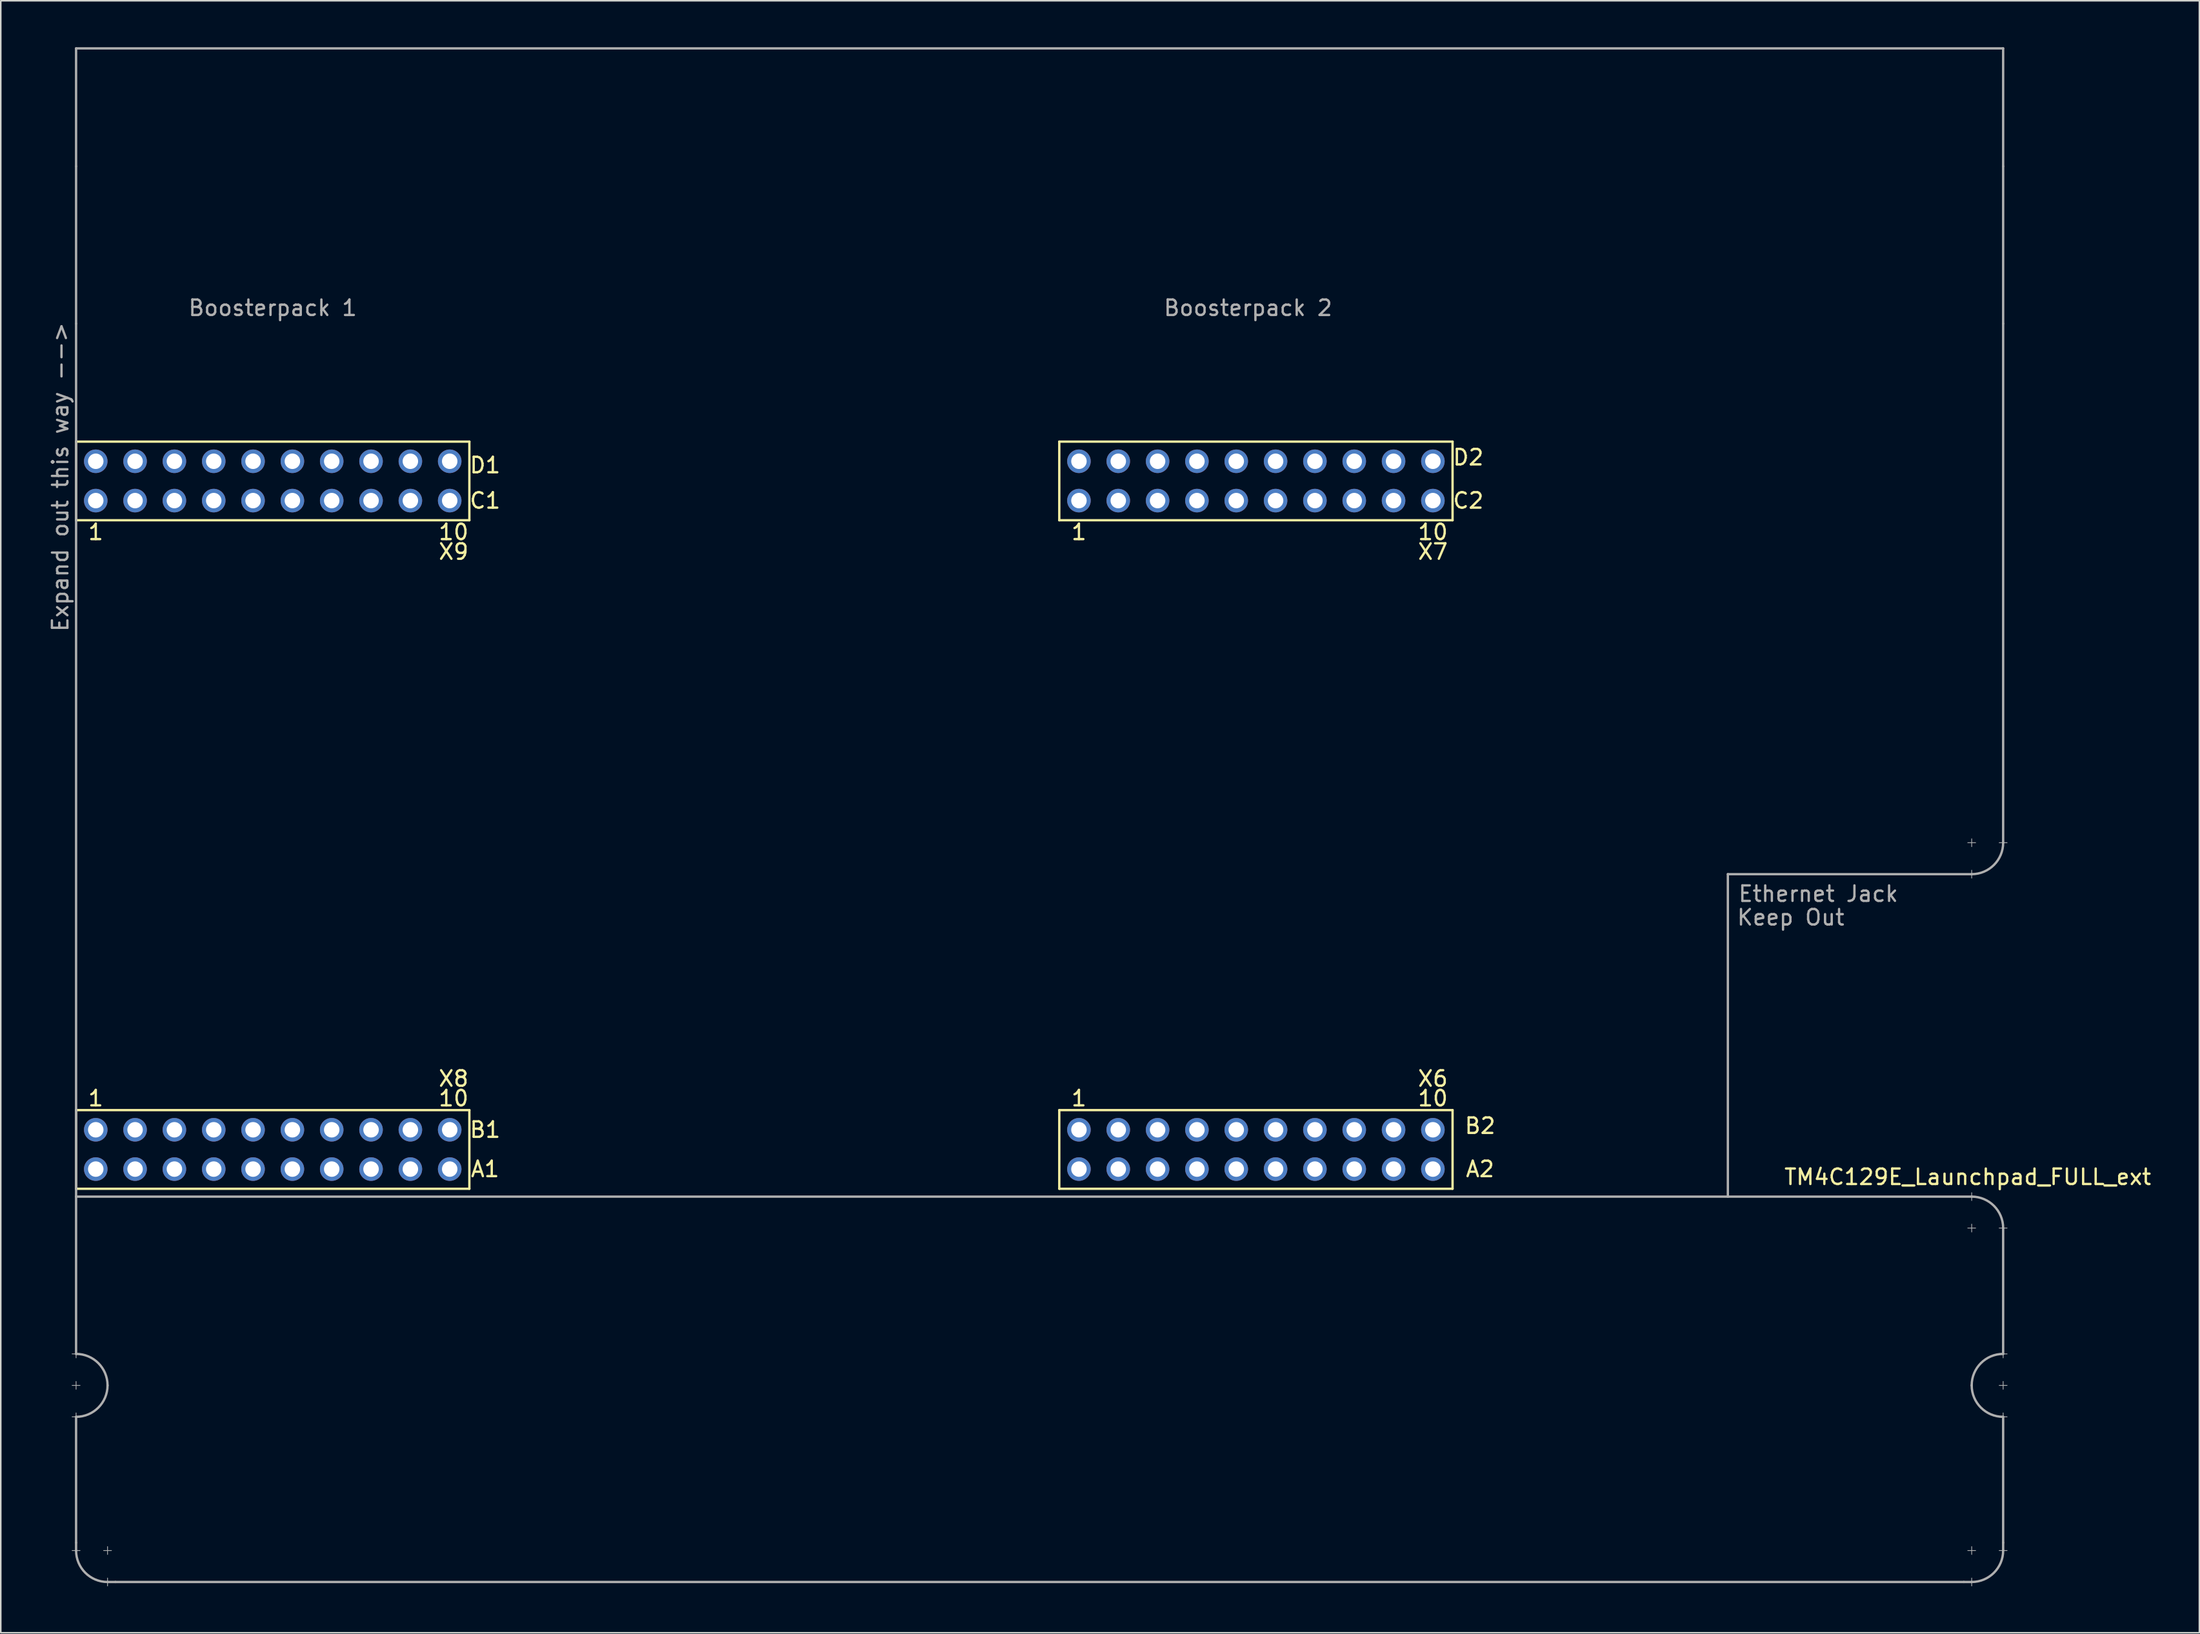
<source format=kicad_pcb>
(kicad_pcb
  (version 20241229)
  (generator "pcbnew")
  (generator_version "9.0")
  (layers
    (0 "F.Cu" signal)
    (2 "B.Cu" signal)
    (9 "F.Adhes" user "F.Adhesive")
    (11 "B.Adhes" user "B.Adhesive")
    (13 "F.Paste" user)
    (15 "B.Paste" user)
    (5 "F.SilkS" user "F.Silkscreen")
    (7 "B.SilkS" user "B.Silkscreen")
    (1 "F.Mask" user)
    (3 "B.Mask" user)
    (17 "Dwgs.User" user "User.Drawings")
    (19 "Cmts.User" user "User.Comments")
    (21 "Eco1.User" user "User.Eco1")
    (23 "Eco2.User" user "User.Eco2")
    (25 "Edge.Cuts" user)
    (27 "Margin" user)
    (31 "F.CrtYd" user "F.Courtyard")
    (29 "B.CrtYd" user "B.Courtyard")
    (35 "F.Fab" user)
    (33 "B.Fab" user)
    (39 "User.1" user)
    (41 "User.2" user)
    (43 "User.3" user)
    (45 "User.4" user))
  (footprint "TM4C129E_Launchpad_FULL_ext"
    (layer "F.Cu")
    (at 1.864 73.735)
    (property "Reference" "TM4C129E_Launchpad_FULL_ext" (at 122.174 -0.762 180) (layer "F.SilkS") (effects (font (size 1 1) (thickness 0.15))))
    (attr through_hole)
    (fp_line (start 0 -48.26) (end 0 -43.18) (stroke (width 0.15) (type solid)) (layer "F.SilkS"))
    (fp_line (start 0 -43.18) (end 25.4 -43.18) (stroke (width 0.15) (type solid)) (layer "F.SilkS"))
    (fp_line (start 0 -5.08) (end 0 0) (stroke (width 0.15) (type solid)) (layer "F.SilkS"))
    (fp_line (start 0 0) (end 25.4 0) (stroke (width 0.15) (type solid)) (layer "F.SilkS"))
    (fp_line (start 25.4 -48.26) (end 0 -48.26) (stroke (width 0.15) (type solid)) (layer "F.SilkS"))
    (fp_line (start 25.4 -43.18) (end 25.4 -48.26) (stroke (width 0.15) (type solid)) (layer "F.SilkS"))
    (fp_line (start 25.4 -5.08) (end 0 -5.08) (stroke (width 0.15) (type solid)) (layer "F.SilkS"))
    (fp_line (start 25.4 0) (end 25.4 -5.08) (stroke (width 0.15) (type solid)) (layer "F.SilkS"))
    (fp_line (start 63.5 -48.26) (end 63.5 -43.18) (stroke (width 0.15) (type solid)) (layer "F.SilkS"))
    (fp_line (start 63.5 -43.18) (end 88.9 -43.18) (stroke (width 0.15) (type solid)) (layer "F.SilkS"))
    (fp_line (start 63.5 -5.08) (end 63.5 0) (stroke (width 0.15) (type solid)) (layer "F.SilkS"))
    (fp_line (start 63.5 0) (end 88.9 0) (stroke (width 0.15) (type solid)) (layer "F.SilkS"))
    (fp_line (start 88.9 -48.26) (end 63.5 -48.26) (stroke (width 0.15) (type solid)) (layer "F.SilkS"))
    (fp_line (start 88.9 -43.18) (end 88.9 -48.26) (stroke (width 0.15) (type solid)) (layer "F.SilkS"))
    (fp_line (start 88.9 -5.08) (end 63.5 -5.08) (stroke (width 0.15) (type solid)) (layer "F.SilkS"))
    (fp_line (start 88.9 0) (end 88.9 -5.08) (stroke (width 0.15) (type solid)) (layer "F.SilkS"))
    (fp_line (start -0.254 10.668) (end 0.254 10.668) (stroke (width 0.05) (type solid)) (layer "F.Fab"))
    (fp_line (start -0.254 12.7) (end 0.254 12.7) (stroke (width 0.05) (type solid)) (layer "F.Fab"))
    (fp_line (start -0.254 14.732) (end 0.254 14.732) (stroke (width 0.05) (type solid)) (layer "F.Fab"))
    (fp_line (start 0 -73.66) (end 124.46 -73.66) (stroke (width 0.15) (type solid)) (layer "F.Fab"))
    (fp_line (start 0 -66.04) (end 0 -73.66) (stroke (width 0.15) (type solid)) (layer "F.Fab"))
    (fp_line (start 0 -55.88) (end 0 -66.04) (stroke (width 0.15) (type solid)) (layer "F.Fab"))
    (fp_line (start 0 -55.88) (end 0 0.508) (stroke (width 0.15) (type solid)) (layer "F.Fab"))
    (fp_line (start 0 0.508) (end 122.428 0.508) (stroke (width 0.15) (type solid)) (layer "F.Fab"))
    (fp_line (start 0 10.414) (end 0 10.922) (stroke (width 0.05) (type solid)) (layer "F.Fab"))
    (fp_line (start 0 10.668) (end 0 0.508) (stroke (width 0.15) (type solid)) (layer "F.Fab"))
    (fp_line (start 0 12.446) (end 0 12.954) (stroke (width 0.05) (type solid)) (layer "F.Fab"))
    (fp_line (start 0 14.478) (end 0 14.986) (stroke (width 0.05) (type solid)) (layer "F.Fab"))
    (fp_line (start 0 22.86) (end 0 14.732) (stroke (width 0.15) (type solid)) (layer "F.Fab"))
    (fp_line (start 0 22.86) (end 0 23.368) (stroke (width 0.15) (type solid)) (layer "F.Fab"))
    (fp_line (start 0.254 23.368) (end -0.254 23.368) (stroke (width 0.05) (type solid)) (layer "F.Fab"))
    (fp_line (start 1.778 23.368) (end 2.286 23.368) (stroke (width 0.05) (type solid)) (layer "F.Fab"))
    (fp_line (start 2.032 23.114) (end 2.032 23.622) (stroke (width 0.05) (type solid)) (layer "F.Fab"))
    (fp_line (start 2.032 25.146) (end 2.032 25.654) (stroke (width 0.05) (type solid)) (layer "F.Fab"))
    (fp_line (start 2.032 25.4) (end 2.54 25.4) (stroke (width 0.15) (type solid)) (layer "F.Fab"))
    (fp_line (start 2.54 25.4) (end 121.92 25.4) (stroke (width 0.15) (type solid)) (layer "F.Fab"))
    (fp_line (start 106.68 -20.32) (end 106.68 0.508) (stroke (width 0.15) (type solid)) (layer "F.Fab"))
    (fp_line (start 121.92 25.4) (end 122.428 25.4) (stroke (width 0.15) (type solid)) (layer "F.Fab"))
    (fp_line (start 122.174 -22.352) (end 122.682 -22.352) (stroke (width 0.05) (type solid)) (layer "F.Fab"))
    (fp_line (start 122.174 2.54) (end 122.682 2.54) (stroke (width 0.05) (type solid)) (layer "F.Fab"))
    (fp_line (start 122.174 23.368) (end 122.682 23.368) (stroke (width 0.05) (type solid)) (layer "F.Fab"))
    (fp_line (start 122.428 -22.606) (end 122.428 -22.098) (stroke (width 0.05) (type solid)) (layer "F.Fab"))
    (fp_line (start 122.428 -20.574) (end 122.428 -20.066) (stroke (width 0.05) (type solid)) (layer "F.Fab"))
    (fp_line (start 122.428 -20.32) (end 106.68 -20.32) (stroke (width 0.15) (type solid)) (layer "F.Fab"))
    (fp_line (start 122.428 0.254) (end 122.428 0.762) (stroke (width 0.05) (type solid)) (layer "F.Fab"))
    (fp_line (start 122.428 2.286) (end 122.428 2.794) (stroke (width 0.05) (type solid)) (layer "F.Fab"))
    (fp_line (start 122.428 23.114) (end 122.428 23.622) (stroke (width 0.05) (type solid)) (layer "F.Fab"))
    (fp_line (start 122.428 25.146) (end 122.428 25.654) (stroke (width 0.05) (type solid)) (layer "F.Fab"))
    (fp_line (start 124.206 -22.352) (end 124.714 -22.352) (stroke (width 0.05) (type solid)) (layer "F.Fab"))
    (fp_line (start 124.206 2.54) (end 124.714 2.54) (stroke (width 0.05) (type solid)) (layer "F.Fab"))
    (fp_line (start 124.206 10.668) (end 124.714 10.668) (stroke (width 0.05) (type solid)) (layer "F.Fab"))
    (fp_line (start 124.206 12.7) (end 124.714 12.7) (stroke (width 0.05) (type solid)) (layer "F.Fab"))
    (fp_line (start 124.206 14.732) (end 124.714 14.732) (stroke (width 0.05) (type solid)) (layer "F.Fab"))
    (fp_line (start 124.206 23.368) (end 124.714 23.368) (stroke (width 0.05) (type solid)) (layer "F.Fab"))
    (fp_line (start 124.46 -73.66) (end 124.46 -66.04) (stroke (width 0.15) (type solid)) (layer "F.Fab"))
    (fp_line (start 124.46 -66.04) (end 124.46 -55.88) (stroke (width 0.15) (type solid)) (layer "F.Fab"))
    (fp_line (start 124.46 -55.88) (end 124.46 -22.352) (stroke (width 0.15) (type solid)) (layer "F.Fab"))
    (fp_line (start 124.46 10.414) (end 124.46 10.922) (stroke (width 0.05) (type solid)) (layer "F.Fab"))
    (fp_line (start 124.46 10.668) (end 124.46 2.54) (stroke (width 0.15) (type solid)) (layer "F.Fab"))
    (fp_line (start 124.46 12.446) (end 124.46 12.954) (stroke (width 0.05) (type solid)) (layer "F.Fab"))
    (fp_line (start 124.46 14.478) (end 124.46 14.986) (stroke (width 0.05) (type solid)) (layer "F.Fab"))
    (fp_line (start 124.46 14.732) (end 124.46 22.86) (stroke (width 0.15) (type solid)) (layer "F.Fab"))
    (fp_line (start 124.46 23.343) (end 124.46 22.86) (stroke (width 0.15) (type solid)) (layer "F.Fab"))
    (fp_arc (start 0 10.668) (mid 1.436841 11.263159) (end 2.032 12.7) (stroke (width 0.15) (type solid)) (layer "F.Fab"))
    (fp_arc (start 2.032 12.7) (mid 1.436841 14.136841) (end 0 14.732) (stroke (width 0.15) (type solid)) (layer "F.Fab"))
    (fp_arc (start 2.032 25.4) (mid 0.595159 24.804841) (end 0 23.368) (stroke (width 0.15) (type solid)) (layer "F.Fab"))
    (fp_arc (start 122.428 0.508) (mid 123.864841 1.103159) (end 124.46 2.54) (stroke (width 0.15) (type solid)) (layer "F.Fab"))
    (fp_arc (start 122.428 12.7) (mid 123.023159 11.263159) (end 124.46 10.668) (stroke (width 0.15) (type solid)) (layer "F.Fab"))
    (fp_arc (start 124.46 -22.352) (mid 123.864841 -20.915159) (end 122.428 -20.32) (stroke (width 0.15) (type solid)) (layer "F.Fab"))
    (fp_arc (start 124.46 14.732) (mid 123.023159 14.136841) (end 122.428 12.7) (stroke (width 0.15) (type solid)) (layer "F.Fab"))
    (fp_arc (start 124.46 23.368) (mid 123.864841 24.804841) (end 122.428 25.4) (stroke (width 0.15) (type solid)) (layer "F.Fab"))
    (fp_text user "C2" (at 89.916 -44.45 180) (layer "F.SilkS") (effects (font (size 1 1) (thickness 0.15))))
    (fp_text user "1" (at 64.77 -42.418 180) (layer "F.SilkS") (effects (font (size 1 1) (thickness 0.15))))
    (fp_text user "A1" (at 26.416 -1.27 180) (layer "F.SilkS") (effects (font (size 1 1) (thickness 0.15))))
    (fp_text user "X8" (at 24.384 -7.112 180) (layer "F.SilkS") (effects (font (size 1 1) (thickness 0.15))))
    (fp_text user "1" (at 64.77 -5.842 180) (layer "F.SilkS") (effects (font (size 1 1) (thickness 0.15))))
    (fp_text user "10" (at 24.384 -42.418 180) (layer "F.SilkS") (effects (font (size 1 1) (thickness 0.15))))
    (fp_text user "X7" (at 87.63 -41.148 180) (layer "F.SilkS") (effects (font (size 1 1) (thickness 0.15))))
    (fp_text user "D1" (at 26.416 -46.736 180) (layer "F.SilkS") (effects (font (size 1 1) (thickness 0.15))))
    (fp_text user "1" (at 1.27 -5.842 180) (layer "F.SilkS") (effects (font (size 1 1) (thickness 0.15))))
    (fp_text user "A2" (at 90.678 -1.27 180) (layer "F.SilkS") (effects (font (size 1 1) (thickness 0.15))))
    (fp_text user "10" (at 24.384 -5.842 180) (layer "F.SilkS") (effects (font (size 1 1) (thickness 0.15))))
    (fp_text user "10" (at 87.63 -5.842 180) (layer "F.SilkS") (effects (font (size 1 1) (thickness 0.15))))
    (fp_text user "B2" (at 90.678 -4.064 180) (layer "F.SilkS") (effects (font (size 1 1) (thickness 0.15))))
    (fp_text user "X6" (at 87.63 -7.112 0) (layer "F.SilkS") (effects (font (size 1 1) (thickness 0.15))))
    (fp_text user "1" (at 1.27 -42.418 180) (layer "F.SilkS") (effects (font (size 1 1) (thickness 0.15))))
    (fp_text user "X9" (at 24.384 -41.148 180) (layer "F.SilkS") (effects (font (size 1 1) (thickness 0.15))))
    (fp_text user "10" (at 87.63 -42.418 180) (layer "F.SilkS") (effects (font (size 1 1) (thickness 0.15))))
    (fp_text user "C1" (at 26.416 -44.45 180) (layer "F.SilkS") (effects (font (size 1 1) (thickness 0.15))))
    (fp_text user "B1" (at 26.416 -3.81 180) (layer "F.SilkS") (effects (font (size 1 1) (thickness 0.15))))
    (fp_text user "D2" (at 89.916 -47.244 0) (layer "F.SilkS") (effects (font (size 1 1) (thickness 0.15))))
    (fp_text user "Boosterpack 1" (at 12.7 -56.896 0) (layer "F.Fab") (effects (font (size 1 1) (thickness 0.15))))
    (fp_text user "Expand out this way -->" (at -1.016 -45.974 90) (layer "F.Fab") (effects (font (size 1 1) (thickness 0.15))))
    (fp_text user "Ethernet Jack" (at 112.522 -19.05 0) (layer "F.Fab") (effects (font (size 1 1) (thickness 0.15))))
    (fp_text user "Boosterpack 2" (at 75.692 -56.896 0) (layer "F.Fab") (effects (font (size 1 1) (thickness 0.15))))
    (fp_text user "Keep Out" (at 110.744 -17.526 0) (layer "F.Fab") (effects (font (size 1 1) (thickness 0.15))))
    (pad "+3V3" thru_hole circle (at 1.27 -1.27 180) (size 1.52 1.52) (drill 1) (layers "*.Cu" "*.Mask" "F.Paste"))
    (pad "+3V3" thru_hole circle (at 64.77 -1.27 180) (size 1.52 1.52) (drill 1) (layers "*.Cu" "*.Mask" "F.Paste"))
    (pad "+5V" thru_hole circle (at 1.27 -3.81 180) (size 1.52 1.52) (drill 1) (layers "*.Cu" "*.Mask" "F.Paste"))
    (pad "+5V" thru_hole circle (at 64.77 -3.81 180) (size 1.52 1.52) (drill 1) (layers "*.Cu" "*.Mask" "F.Paste"))
    (pad "GND" thru_hole circle (at 1.27 -46.99 180) (size 1.52 1.52) (drill 1) (layers "*.Cu" "*.Mask" "F.Paste"))
    (pad "GND" thru_hole circle (at 3.81 -3.81 180) (size 1.52 1.52) (drill 1) (layers "*.Cu" "*.Mask" "F.Paste"))
    (pad "GND" thru_hole circle (at 64.77 -46.99 180) (size 1.52 1.52) (drill 1) (layers "*.Cu" "*.Mask" "F.Paste"))
    (pad "GND" thru_hole circle (at 67.31 -3.81 180) (size 1.52 1.52) (drill 1) (layers "*.Cu" "*.Mask" "F.Paste"))
    (pad "PA4" thru_hole circle (at 85.09 -3.81 180) (size 1.52 1.52) (drill 1) (layers "*.Cu" "*.Mask" "F.Paste"))
    (pad "PA5" thru_hole circle (at 87.63 -3.81 180) (size 1.52 1.52) (drill 1) (layers "*.Cu" "*.Mask" "F.Paste"))
    (pad "PA6" thru_hole circle (at 19.05 -3.81 180) (size 1.52 1.52) (drill 1) (layers "*.Cu" "*.Mask" "F.Paste"))
    (pad "PA7" thru_hole circle (at 72.39 -46.99 180) (size 1.52 1.52) (drill 1) (layers "*.Cu" "*.Mask" "F.Paste"))
    (pad "PB2" thru_hole circle (at 21.59 -1.27 180) (size 1.52 1.52) (drill 1) (layers "*.Cu" "*.Mask" "F.Paste"))
    (pad "PB3" thru_hole circle (at 24.13 -1.27 180) (size 1.52 1.52) (drill 1) (layers "*.Cu" "*.Mask" "F.Paste"))
    (pad "PB4" thru_hole circle (at 69.85 -3.81 180) (size 1.52 1.52) (drill 1) (layers "*.Cu" "*.Mask" "F.Paste"))
    (pad "PB5" thru_hole circle (at 72.39 -3.81 180) (size 1.52 1.52) (drill 1) (layers "*.Cu" "*.Mask" "F.Paste"))
    (pad "PC4" thru_hole circle (at 6.35 -1.27 180) (size 1.52 1.52) (drill 1) (layers "*.Cu" "*.Mask" "F.Paste"))
    (pad "PC5" thru_hole circle (at 8.89 -1.27 180) (size 1.52 1.52) (drill 1) (layers "*.Cu" "*.Mask" "F.Paste"))
    (pad "PC6" thru_hole circle (at 11.43 -1.27 180) (size 1.52 1.52) (drill 1) (layers "*.Cu" "*.Mask" "F.Paste"))
    (pad "PC7" thru_hole circle (at 19.05 -1.27 180) (size 1.52 1.52) (drill 1) (layers "*.Cu" "*.Mask" "F.Paste"))
    (pad "PD0" thru_hole circle (at 16.51 -46.99 180) (size 1.52 1.52) (drill 1) (layers "*.Cu" "*.Mask" "F.Paste"))
    (pad "PD1" thru_hole circle (at 13.97 -46.99 180) (size 1.52 1.52) (drill 1) (layers "*.Cu" "*.Mask" "F.Paste"))
    (pad "PD2" thru_hole circle (at 67.31 -1.27 180) (size 1.52 1.52) (drill 1) (layers "*.Cu" "*.Mask" "F.Paste"))
    (pad "PD3" thru_hole circle (at 16.51 -1.27 180) (size 1.52 1.52) (drill 1) (layers "*.Cu" "*.Mask" "F.Paste"))
    (pad "PD4" thru_hole circle (at 74.93 -1.27 180) (size 1.52 1.52) (drill 1) (layers "*.Cu" "*.Mask" "F.Paste"))
    (pad "PD5" thru_hole circle (at 77.47 -1.27 180) (size 1.52 1.52) (drill 1) (layers "*.Cu" "*.Mask" "F.Paste"))
    (pad "PD7" thru_hole circle (at 16.51 -3.81 180) (size 1.52 1.52) (drill 1) (layers "*.Cu" "*.Mask" "F.Paste"))
    (pad "PE0" thru_hole circle (at 6.35 -3.81 180) (size 1.52 1.52) (drill 1) (layers "*.Cu" "*.Mask" "F.Paste"))
    (pad "PE1" thru_hole circle (at 8.89 -3.81 180) (size 1.52 1.52) (drill 1) (layers "*.Cu" "*.Mask" "F.Paste"))
    (pad "PE2" thru_hole circle (at 11.43 -3.81 180) (size 1.52 1.52) (drill 1) (layers "*.Cu" "*.Mask" "F.Paste"))
    (pad "PE3" thru_hole circle (at 13.97 -3.81 180) (size 1.52 1.52) (drill 1) (layers "*.Cu" "*.Mask" "F.Paste"))
    (pad "PE4" thru_hole circle (at 3.81 -1.27 180) (size 1.52 1.52) (drill 1) (layers "*.Cu" "*.Mask" "F.Paste"))
    (pad "PE5" thru_hole circle (at 13.97 -1.27 180) (size 1.52 1.52) (drill 1) (layers "*.Cu" "*.Mask" "F.Paste"))
    (pad "PF1" thru_hole circle (at 1.27 -44.45 180) (size 1.52 1.52) (drill 1) (layers "*.Cu" "*.Mask" "F.Paste"))
    (pad "PF2" thru_hole circle (at 3.81 -44.45 180) (size 1.52 1.52) (drill 1) (layers "*.Cu" "*.Mask" "F.Paste"))
    (pad "PF3" thru_hole circle (at 6.35 -44.45 180) (size 1.52 1.52) (drill 1) (layers "*.Cu" "*.Mask" "F.Paste"))
    (pad "PG0" thru_hole circle (at 8.89 -44.45 180) (size 1.52 1.52) (drill 1) (layers "*.Cu" "*.Mask" "F.Paste"))
    (pad "PG1" thru_hole circle (at 64.77 -44.45 180) (size 1.52 1.52) (drill 1) (layers "*.Cu" "*.Mask" "F.Paste"))
    (pad "PH0" thru_hole circle (at 80.01 -44.45 180) (size 1.52 1.52) (drill 1) (layers "*.Cu" "*.Mask" "F.Paste"))
    (pad "PH1" thru_hole circle (at 82.55 -44.45 180) (size 1.52 1.52) (drill 1) (layers "*.Cu" "*.Mask" "F.Paste"))
    (pad "PH2" thru_hole circle (at 6.35 -46.99 180) (size 1.52 1.52) (drill 1) (layers "*.Cu" "*.Mask" "F.Paste"))
    (pad "PH3" thru_hole circle (at 8.89 -46.99 180) (size 1.52 1.52) (drill 1) (layers "*.Cu" "*.Mask" "F.Paste"))
    (pad "PK0" thru_hole circle (at 74.93 -3.81 180) (size 1.52 1.52) (drill 1) (layers "*.Cu" "*.Mask" "F.Paste"))
    (pad "PK1" thru_hole circle (at 77.47 -3.81 180) (size 1.52 1.52) (drill 1) (layers "*.Cu" "*.Mask" "F.Paste"))
    (pad "PK2" thru_hole circle (at 80.01 -3.81 180) (size 1.52 1.52) (drill 1) (layers "*.Cu" "*.Mask" "F.Paste"))
    (pad "PK3" thru_hole circle (at 82.55 -3.81 180) (size 1.52 1.52) (drill 1) (layers "*.Cu" "*.Mask" "F.Paste"))
    (pad "PK4" thru_hole circle (at 67.31 -44.45 180) (size 1.52 1.52) (drill 1) (layers "*.Cu" "*.Mask" "F.Paste"))
    (pad "PK5" thru_hole circle (at 69.85 -44.45 180) (size 1.52 1.52) (drill 1) (layers "*.Cu" "*.Mask" "F.Paste"))
    (pad "PK6" thru_hole circle (at 85.09 -44.45 180) (size 1.52 1.52) (drill 1) (layers "*.Cu" "*.Mask" "F.Paste"))
    (pad "PK7" thru_hole circle (at 87.63 -44.45 180) (size 1.52 1.52) (drill 1) (layers "*.Cu" "*.Mask" "F.Paste"))
    (pad "PL0" thru_hole circle (at 16.51 -44.45 180) (size 1.52 1.52) (drill 1) (layers "*.Cu" "*.Mask" "F.Paste"))
    (pad "PL1" thru_hole circle (at 19.05 -44.45 180) (size 1.52 1.52) (drill 1) (layers "*.Cu" "*.Mask" "F.Paste"))
    (pad "PL2" thru_hole circle (at 21.59 -44.45 180) (size 1.52 1.52) (drill 1) (layers "*.Cu" "*.Mask" "F.Paste"))
    (pad "PL3" thru_hole circle (at 24.13 -44.45 180) (size 1.52 1.52) (drill 1) (layers "*.Cu" "*.Mask" "F.Paste"))
    (pad "PL4" thru_hole circle (at 11.43 -44.45 180) (size 1.52 1.52) (drill 1) (layers "*.Cu" "*.Mask" "F.Paste"))
    (pad "PL5" thru_hole circle (at 13.97 -44.45 180) (size 1.52 1.52) (drill 1) (layers "*.Cu" "*.Mask" "F.Paste"))
    (pad "PM0" thru_hole circle (at 72.39 -44.45 180) (size 1.52 1.52) (drill 1) (layers "*.Cu" "*.Mask" "F.Paste"))
    (pad "PM1" thru_hole circle (at 74.93 -44.45 180) (size 1.52 1.52) (drill 1) (layers "*.Cu" "*.Mask" "F.Paste"))
    (pad "PM2" thru_hole circle (at 77.47 -44.45 180) (size 1.52 1.52) (drill 1) (layers "*.Cu" "*.Mask" "F.Paste"))
    (pad "PM3" thru_hole circle (at 3.81 -46.99 180) (size 1.52 1.52) (drill 1) (layers "*.Cu" "*.Mask" "F.Paste"))
    (pad "PM4" thru_hole circle (at 21.59 -3.81 180) (size 1.52 1.52) (drill 1) (layers "*.Cu" "*.Mask" "F.Paste"))
    (pad "PM5" thru_hole circle (at 24.13 -3.81 180) (size 1.52 1.52) (drill 1) (layers "*.Cu" "*.Mask" "F.Paste"))
    (pad "PM6" thru_hole circle (at 87.63 -46.99 180) (size 1.52 1.52) (drill 1) (layers "*.Cu" "*.Mask" "F.Paste"))
    (pad "PM7" thru_hole circle (at 67.31 -46.99 180) (size 1.52 1.52) (drill 1) (layers "*.Cu" "*.Mask" "F.Paste"))
    (pad "PN2" thru_hole circle (at 19.05 -46.99 180) (size 1.52 1.52) (drill 1) (layers "*.Cu" "*.Mask" "F.Paste"))
    (pad "PN3" thru_hole circle (at 21.59 -46.99 180) (size 1.52 1.52) (drill 1) (layers "*.Cu" "*.Mask" "F.Paste"))
    (pad "PN4" thru_hole circle (at 87.63 -1.27 180) (size 1.52 1.52) (drill 1) (layers "*.Cu" "*.Mask" "F.Paste"))
    (pad "PN5" thru_hole circle (at 85.09 -1.27 180) (size 1.52 1.52) (drill 1) (layers "*.Cu" "*.Mask" "F.Paste"))
    (pad "PP0" thru_hole circle (at 69.85 -1.27 180) (size 1.52 1.52) (drill 1) (layers "*.Cu" "*.Mask" "F.Paste"))
    (pad "PP1" thru_hole circle (at 72.39 -1.27 180) (size 1.52 1.52) (drill 1) (layers "*.Cu" "*.Mask" "F.Paste"))
    (pad "PP2" thru_hole circle (at 24.13 -46.99 180) (size 1.52 1.52) (drill 1) (layers "*.Cu" "*.Mask" "F.Paste"))
    (pad "PP3" thru_hole circle (at 82.55 -46.99 180) (size 1.52 1.52) (drill 1) (layers "*.Cu" "*.Mask" "F.Paste"))
    (pad "PP4" thru_hole circle (at 82.55 -1.27 180) (size 1.52 1.52) (drill 1) (layers "*.Cu" "*.Mask" "F.Paste"))
    (pad "PP5" thru_hole circle (at 69.85 -46.99 180) (size 1.52 1.52) (drill 1) (layers "*.Cu" "*.Mask" "F.Paste"))
    (pad "PQ0" thru_hole circle (at 80.01 -1.27 180) (size 1.52 1.52) (drill 1) (layers "*.Cu" "*.Mask" "F.Paste"))
    (pad "PQ1" thru_hole circle (at 85.09 -46.99 180) (size 1.52 1.52) (drill 1) (layers "*.Cu" "*.Mask" "F.Paste"))
    (pad "PQ2" thru_hole circle (at 77.47 -46.99 180) (size 1.52 1.52) (drill 1) (layers "*.Cu" "*.Mask" "F.Paste"))
    (pad "PQ3" thru_hole circle (at 80.01 -46.99 180) (size 1.52 1.52) (drill 1) (layers "*.Cu" "*.Mask" "F.Paste"))
    (pad "Rese" thru_hole circle (at 11.43 -46.99 180) (size 1.52 1.52) (drill 1) (layers "*.Cu" "*.Mask" "F.Paste"))
    (pad "Rese" thru_hole circle (at 74.93 -46.99 180) (size 1.52 1.52) (drill 1) (layers "*.Cu" "*.Mask" "F.Paste")))
  (gr_rect
    (start -3 -3)
    (end 138.997 102.414)
    (stroke (width 0.1) (type default))
    (fill no)
    (layer "Edge.Cuts")))
</source>
